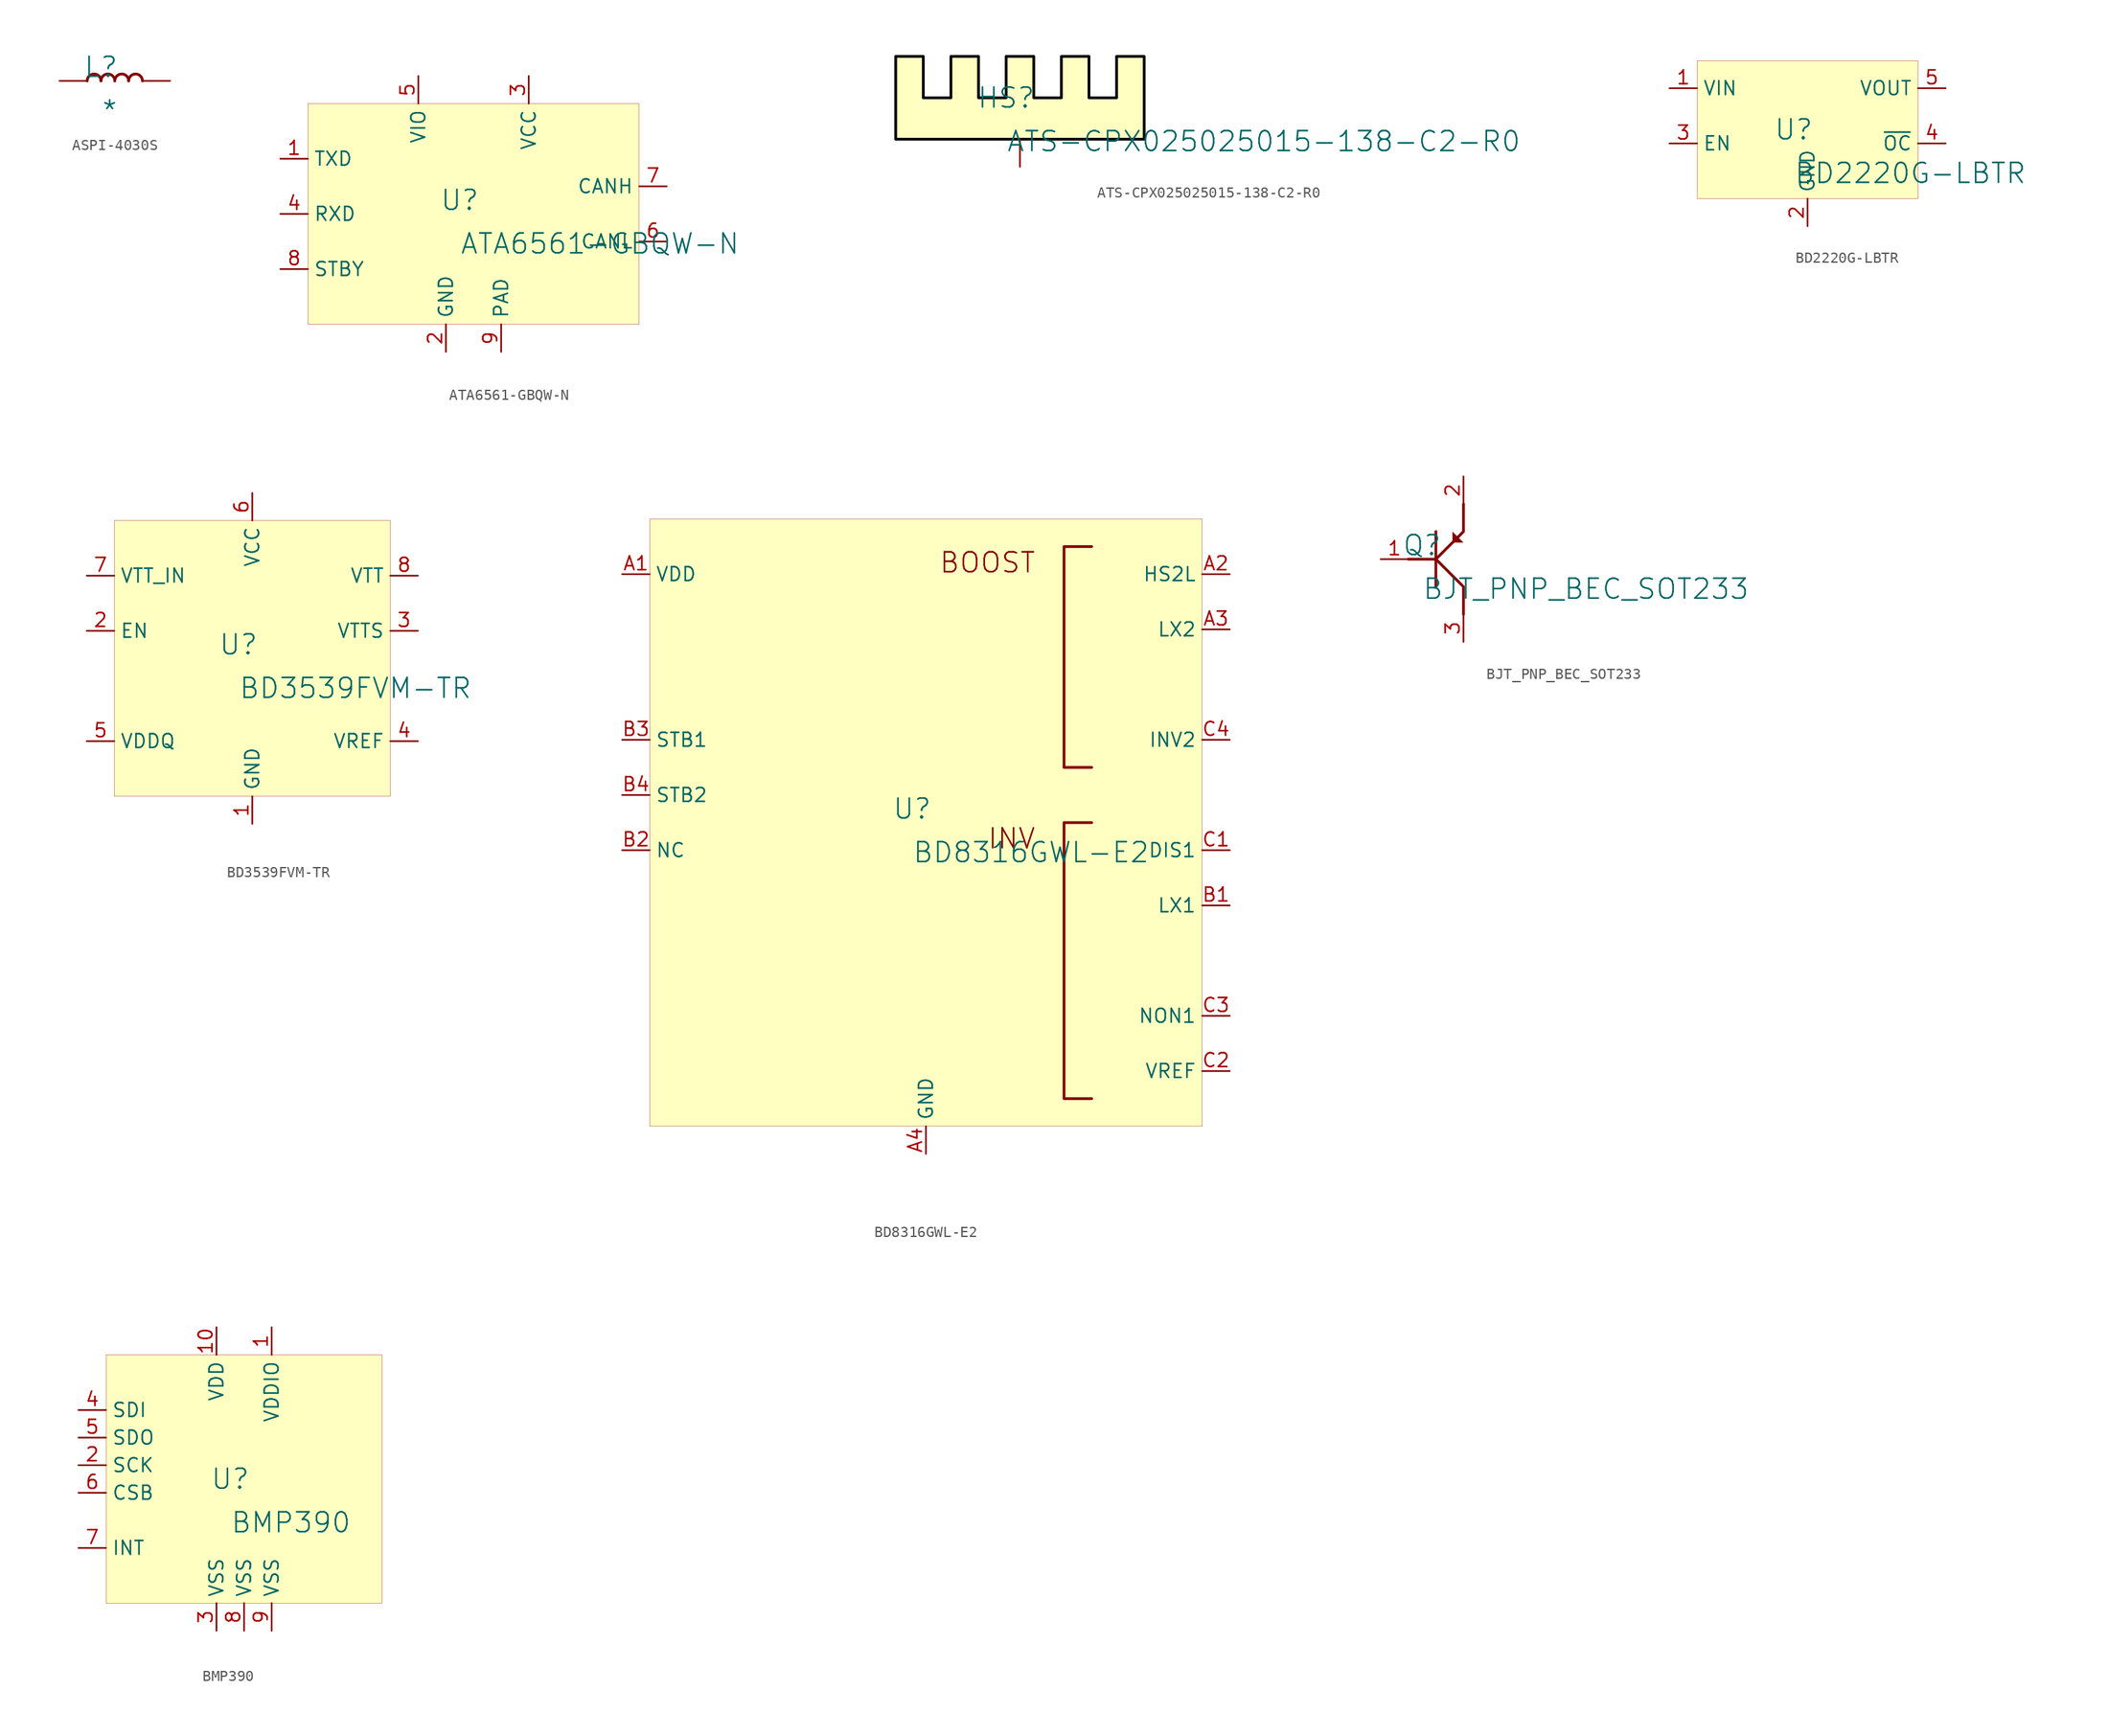
<source format=kicad_sym>
(kicad_symbol_lib
  (version 20231120)
  (generator "kicad_symbol_editor")
  (generator_version "8.0")
  (symbol "ASPI-4030S"
    (property "Reference" "L"
      (at -1.27 1.27 0)
      (effects (font (size 1.829 1.829))))
    (property "Value" "*"
      (at -1.27 -3.81 0)
      (effects (font (size 1.829 1.829)) (justify left bottom)))
    (symbol "ASPI-4030S_1_0"
      (arc (start -1.27 0) (mid -1.905 0.635) (end -2.54 0) (stroke (width 0.254) (type solid)) (fill (type none)))
      (arc (start 0 0) (mid -0.635 0.635) (end -1.27 0) (stroke (width 0.254) (type solid)) (fill (type none)))
      (arc (start 1.27 0) (mid 0.635 0.635) (end 0 0) (stroke (width 0.254) (type solid)) (fill (type none)))
      (arc (start 2.54 0) (mid 1.905 0.635) (end 1.27 0) (stroke (width 0.254) (type solid)) (fill (type none)))
      (pin passive line (at -5.08 0 0) (length 2.54) (name "1" (effects (font (size 0 0)))) (number "1" (effects (font (size 0 0)))))
      (pin passive line (at 5.08 0 180) (length 2.54) (name "2" (effects (font (size 0 0)))) (number "2" (effects (font (size 0 0)))))))
  (symbol "ATA6561-GBQW-N"
    (property "Reference" "U"
      (at -1.27 1.27 0)
      (effects (font (size 1.829 1.829))))
    (property "Value" "ATA6561-GBQW-N"
      (at -1.27 -3.81 0)
      (effects (font (size 1.829 1.829)) (justify left bottom)))
    (symbol "ATA6561-GBQW-N_1_0"
      (rectangle (start 15.24 10.16) (end -15.24 -10.16) (stroke (width 0.025) (type solid) (color 128 0 0 1)) (fill (type background)))
      (pin input line (at -17.78 5.08 0) (length 2.54) (name "TXD" (effects (font (size 1.27 1.27)))) (number "1" (effects (font (size 1.27 1.27)))))
      (pin power_in line (at -2.54 -12.7 90) (length 2.54) (name "GND" (effects (font (size 1.27 1.27)))) (number "2" (effects (font (size 1.27 1.27)))))
      (pin power_in line (at 5.08 12.7 270) (length 2.54) (name "VCC" (effects (font (size 1.27 1.27)))) (number "3" (effects (font (size 1.27 1.27)))))
      (pin output line (at -17.78 0 0) (length 2.54) (name "RXD" (effects (font (size 1.27 1.27)))) (number "4" (effects (font (size 1.27 1.27)))))
      (pin power_in line (at -5.08 12.7 270) (length 2.54) (name "VIO" (effects (font (size 1.27 1.27)))) (number "5" (effects (font (size 1.27 1.27)))))
      (pin bidirectional line (at 17.78 -2.54 180) (length 2.54) (name "CANL" (effects (font (size 1.27 1.27)))) (number "6" (effects (font (size 1.27 1.27)))))
      (pin bidirectional line (at 17.78 2.54 180) (length 2.54) (name "CANH" (effects (font (size 1.27 1.27)))) (number "7" (effects (font (size 1.27 1.27)))))
      (pin input line (at -17.78 -5.08 0) (length 2.54) (name "STBY" (effects (font (size 1.27 1.27)))) (number "8" (effects (font (size 1.27 1.27)))))
      (pin power_in line (at 2.54 -12.7 90) (length 2.54) (name "PAD" (effects (font (size 1.27 1.27)))) (number "9" (effects (font (size 1.27 1.27)))))))
  (symbol "ATS-CPX025025015-138-C2-R0"
    (property "Reference" "HS"
      (at -1.27 1.27 0)
      (effects (font (size 1.829 1.829))))
    (property "Value" "ATS-CPX025025015-138-C2-R0"
      (at -1.27 -3.81 0)
      (effects (font (size 1.829 1.829)) (justify left bottom)))
    (symbol "ATS-CPX025025015-138-C2-R0_1_0"
      (polyline (pts (xy -11.43 -2.54) (xy -11.43 5.08) (xy -8.89 5.08) (xy -8.89 1.27) (xy -6.35 1.27) (xy -6.35 5.08) (xy -3.81 5.08) (xy -3.81 1.27) (xy -1.27 1.27) (xy -1.27 5.08) (xy 1.27 5.08) (xy 1.27 1.27) (xy 3.81 1.27) (xy 3.81 5.08) (xy 6.35 5.08) (xy 6.35 1.27) (xy 8.89 1.27) (xy 8.89 5.08) (xy 11.43 5.08) (xy 11.43 -2.54) (xy -11.43 -2.54)) (stroke (width 0.254) (type solid) (color 0 0 0 1)) (fill (type background)))
      (pin passive line (at 0 -5.08 90) (length 2.54) (name "MH" (effects (font (size 0 0)))) (number "MH" (effects (font (size 0 0)))))))
  (symbol "BD2220G-LBTR"
    (property "Reference" "U"
      (at -1.27 1.27 0)
      (effects (font (size 1.829 1.829))))
    (property "Value" "BD2220G-LBTR"
      (at -1.27 -3.81 0)
      (effects (font (size 1.829 1.829)) (justify left bottom)))
    (symbol "BD2220G-LBTR_1_0"
      (rectangle (start 10.16 7.62) (end -10.16 -5.08) (stroke (width 0.025) (type solid) (color 128 0 0 1)) (fill (type background)))
      (pin power_in line (at -12.7 5.08 0) (length 2.54) (name "VIN" (effects (font (size 1.27 1.27)))) (number "1" (effects (font (size 1.27 1.27)))))
      (pin power_in line (at 0 -7.62 90) (length 2.54) (name "GND" (effects (font (size 1.27 1.27)))) (number "2" (effects (font (size 1.27 1.27)))))
      (pin input line (at -12.7 0 0) (length 2.54) (name "EN" (effects (font (size 1.27 1.27)))) (number "3" (effects (font (size 1.27 1.27)))))
      (pin passive line (at 12.7 0 180) (length 2.54) (name "~{OC}" (effects (font (size 1.27 1.27)))) (number "4" (effects (font (size 1.27 1.27)))))
      (pin passive line (at 12.7 5.08 180) (length 2.54) (name "VOUT" (effects (font (size 1.27 1.27)))) (number "5" (effects (font (size 1.27 1.27)))))))
  (symbol "BD3539FVM-TR"
    (property "Reference" "U"
      (at -1.27 1.27 0)
      (effects (font (size 1.829 1.829))))
    (property "Value" "BD3539FVM-TR"
      (at -1.27 -3.81 0)
      (effects (font (size 1.829 1.829)) (justify left bottom)))
    (symbol "BD3539FVM-TR_1_0"
      (rectangle (start 12.7 12.7) (end -12.7 -12.7) (stroke (width 0.025) (type solid) (color 128 0 0 1)) (fill (type background)))
      (pin passive line (at 0 -15.24 90) (length 2.54) (name "GND" (effects (font (size 1.27 1.27)))) (number "1" (effects (font (size 1.27 1.27)))))
      (pin passive line (at -15.24 2.54 0) (length 2.54) (name "EN" (effects (font (size 1.27 1.27)))) (number "2" (effects (font (size 1.27 1.27)))))
      (pin passive line (at 15.24 2.54 180) (length 2.54) (name "VTTS" (effects (font (size 1.27 1.27)))) (number "3" (effects (font (size 1.27 1.27)))))
      (pin passive line (at 15.24 -7.62 180) (length 2.54) (name "VREF" (effects (font (size 1.27 1.27)))) (number "4" (effects (font (size 1.27 1.27)))))
      (pin passive line (at -15.24 -7.62 0) (length 2.54) (name "VDDQ" (effects (font (size 1.27 1.27)))) (number "5" (effects (font (size 1.27 1.27)))))
      (pin passive line (at 0 15.24 270) (length 2.54) (name "VCC" (effects (font (size 1.27 1.27)))) (number "6" (effects (font (size 1.27 1.27)))))
      (pin passive line (at -15.24 7.62 0) (length 2.54) (name "VTT_IN" (effects (font (size 1.27 1.27)))) (number "7" (effects (font (size 1.27 1.27)))))
      (pin passive line (at 15.24 7.62 180) (length 2.54) (name "VTT" (effects (font (size 1.27 1.27)))) (number "8" (effects (font (size 1.27 1.27)))))))
  (symbol "BD8316GWL-E2"
    (property "Reference" "U"
      (at -1.27 1.27 0)
      (effects (font (size 1.829 1.829))))
    (property "Value" "BD8316GWL-E2"
      (at -1.27 -3.81 0)
      (effects (font (size 1.829 1.829)) (justify left bottom)))
    (symbol "BD8316GWL-E2_1_0"
      (polyline (pts (xy 15.24 -25.4) (xy 12.7 -25.4) (xy 12.7 0) (xy 15.24 0)) (stroke (width 0.254) (type solid)) (fill (type none)))
      (polyline (pts (xy 15.24 5.08) (xy 12.7 5.08) (xy 12.7 25.4) (xy 15.24 25.4)) (stroke (width 0.254) (type solid)) (fill (type none)))
      (rectangle (start 25.4 27.94) (end -25.4 -27.94) (stroke (width 0.025) (type solid) (color 128 0 0 1)) (fill (type background)))
      (text "BOOST" (at 10.16 22.86 0) (effects (font (size 1.829 1.829)) (justify right bottom)))
      (text "INV" (at 10.16 -2.54 0) (effects (font (size 1.829 1.829)) (justify right bottom)))
      (pin power_in line (at -27.94 22.86 0) (length 2.54) (name "VDD" (effects (font (size 1.27 1.27)))) (number "A1" (effects (font (size 1.27 1.27)))))
      (pin power_in line (at 27.94 22.86 180) (length 2.54) (name "HS2L" (effects (font (size 1.27 1.27)))) (number "A2" (effects (font (size 1.27 1.27)))))
      (pin power_in line (at 27.94 17.78 180) (length 2.54) (name "LX2" (effects (font (size 1.27 1.27)))) (number "A3" (effects (font (size 1.27 1.27)))))
      (pin power_in line (at 0 -30.48 90) (length 2.54) (name "GND" (effects (font (size 1.27 1.27)))) (number "A4" (effects (font (size 1.27 1.27)))))
      (pin power_in line (at 27.94 -7.62 180) (length 2.54) (name "LX1" (effects (font (size 1.27 1.27)))) (number "B1" (effects (font (size 1.27 1.27)))))
      (pin passive line (at -27.94 -2.54 0) (length 2.54) (name "NC" (effects (font (size 1.27 1.27)))) (number "B2" (effects (font (size 1.27 1.27)))))
      (pin input line (at -27.94 7.62 0) (length 2.54) (name "STB1" (effects (font (size 1.27 1.27)))) (number "B3" (effects (font (size 1.27 1.27)))))
      (pin input line (at -27.94 2.54 0) (length 2.54) (name "STB2" (effects (font (size 1.27 1.27)))) (number "B4" (effects (font (size 1.27 1.27)))))
      (pin power_in line (at 27.94 -2.54 180) (length 2.54) (name "DIS1" (effects (font (size 1.27 1.27)))) (number "C1" (effects (font (size 1.27 1.27)))))
      (pin power_in line (at 27.94 -22.86 180) (length 2.54) (name "VREF" (effects (font (size 1.27 1.27)))) (number "C2" (effects (font (size 1.27 1.27)))))
      (pin input line (at 27.94 -17.78 180) (length 2.54) (name "NON1" (effects (font (size 1.27 1.27)))) (number "C3" (effects (font (size 1.27 1.27)))))
      (pin input line (at 27.94 7.62 180) (length 2.54) (name "INV2" (effects (font (size 1.27 1.27)))) (number "C4" (effects (font (size 1.27 1.27)))))))
  (symbol "BJT_PNP_BEC_SOT233"
    (property "Reference" "Q"
      (at -1.27 1.27 0)
      (effects (font (size 1.829 1.829))))
    (property "Value" "BJT_PNP_BEC_SOT233"
      (at -1.27 -3.81 0)
      (effects (font (size 1.829 1.829)) (justify left bottom)))
    (symbol "BJT_PNP_BEC_SOT233_1_0"
      (polyline (pts (xy -2.54 0) (xy 0 0)) (stroke (width 0.254) (type solid)) (fill (type none)))
      (polyline (pts (xy 0 2.54) (xy 0 -2.54)) (stroke (width 0.254) (type solid)) (fill (type none)))
      (polyline (pts (xy 2.54 -5.08) (xy 2.54 -2.54) (xy 0 0)) (stroke (width 0.254) (type solid)) (fill (type none)))
      (polyline (pts (xy 2.54 5.08) (xy 2.54 2.54) (xy 0 0)) (stroke (width 0.254) (type solid)) (fill (type none)))
      (polyline (pts (xy 2.032 2.032) (xy 1.524 2.54) (xy 1.524 1.524) (xy 2.54 1.524) (xy 2.032 2.032) (xy 2.032 2.032)) (stroke (width -0.0001) (type solid)) (fill (type outline)))
      (pin passive line (at -5.08 0 0) (length 2.54) (name "B" (effects (font (size 0 0)))) (number "1" (effects (font (size 1.27 1.27)))))
      (pin passive line (at 2.54 7.62 270) (length 2.54) (name "E" (effects (font (size 0 0)))) (number "2" (effects (font (size 1.27 1.27)))))
      (pin passive line (at 2.54 -7.62 90) (length 2.54) (name "C" (effects (font (size 0 0)))) (number "3" (effects (font (size 1.27 1.27)))))))
  (symbol "BMP390"
    (property "Reference" "U"
      (at -1.27 1.27 0)
      (effects (font (size 1.829 1.829))))
    (property "Value" "BMP390"
      (at -1.27 -3.81 0)
      (effects (font (size 1.829 1.829)) (justify left bottom)))
    (symbol "BMP390_1_0"
      (rectangle (start 12.7 12.7) (end -12.7 -10.16) (stroke (width 0.025) (type solid) (color 128 0 0 1)) (fill (type background)))
      (pin power_in line (at 2.54 15.24 270) (length 2.54) (name "VDDIO" (effects (font (size 1.27 1.27)))) (number "1" (effects (font (size 1.27 1.27)))))
      (pin power_in line (at -2.54 15.24 270) (length 2.54) (name "VDD" (effects (font (size 1.27 1.27)))) (number "10" (effects (font (size 1.27 1.27)))))
      (pin input line (at -15.24 2.54 0) (length 2.54) (name "SCK" (effects (font (size 1.27 1.27)))) (number "2" (effects (font (size 1.27 1.27)))))
      (pin power_in line (at -2.54 -12.7 90) (length 2.54) (name "VSS" (effects (font (size 1.27 1.27)))) (number "3" (effects (font (size 1.27 1.27)))))
      (pin input line (at -15.24 7.62 0) (length 2.54) (name "SDI" (effects (font (size 1.27 1.27)))) (number "4" (effects (font (size 1.27 1.27)))))
      (pin output line (at -15.24 5.08 0) (length 2.54) (name "SDO" (effects (font (size 1.27 1.27)))) (number "5" (effects (font (size 1.27 1.27)))))
      (pin input line (at -15.24 0 0) (length 2.54) (name "CSB" (effects (font (size 1.27 1.27)))) (number "6" (effects (font (size 1.27 1.27)))))
      (pin output line (at -15.24 -5.08 0) (length 2.54) (name "INT" (effects (font (size 1.27 1.27)))) (number "7" (effects (font (size 1.27 1.27)))))
      (pin power_in line (at 0 -12.7 90) (length 2.54) (name "VSS" (effects (font (size 1.27 1.27)))) (number "8" (effects (font (size 1.27 1.27)))))
      (pin power_in line (at 2.54 -12.7 90) (length 2.54) (name "VSS" (effects (font (size 1.27 1.27)))) (number "9" (effects (font (size 1.27 1.27))))))))
</source>
